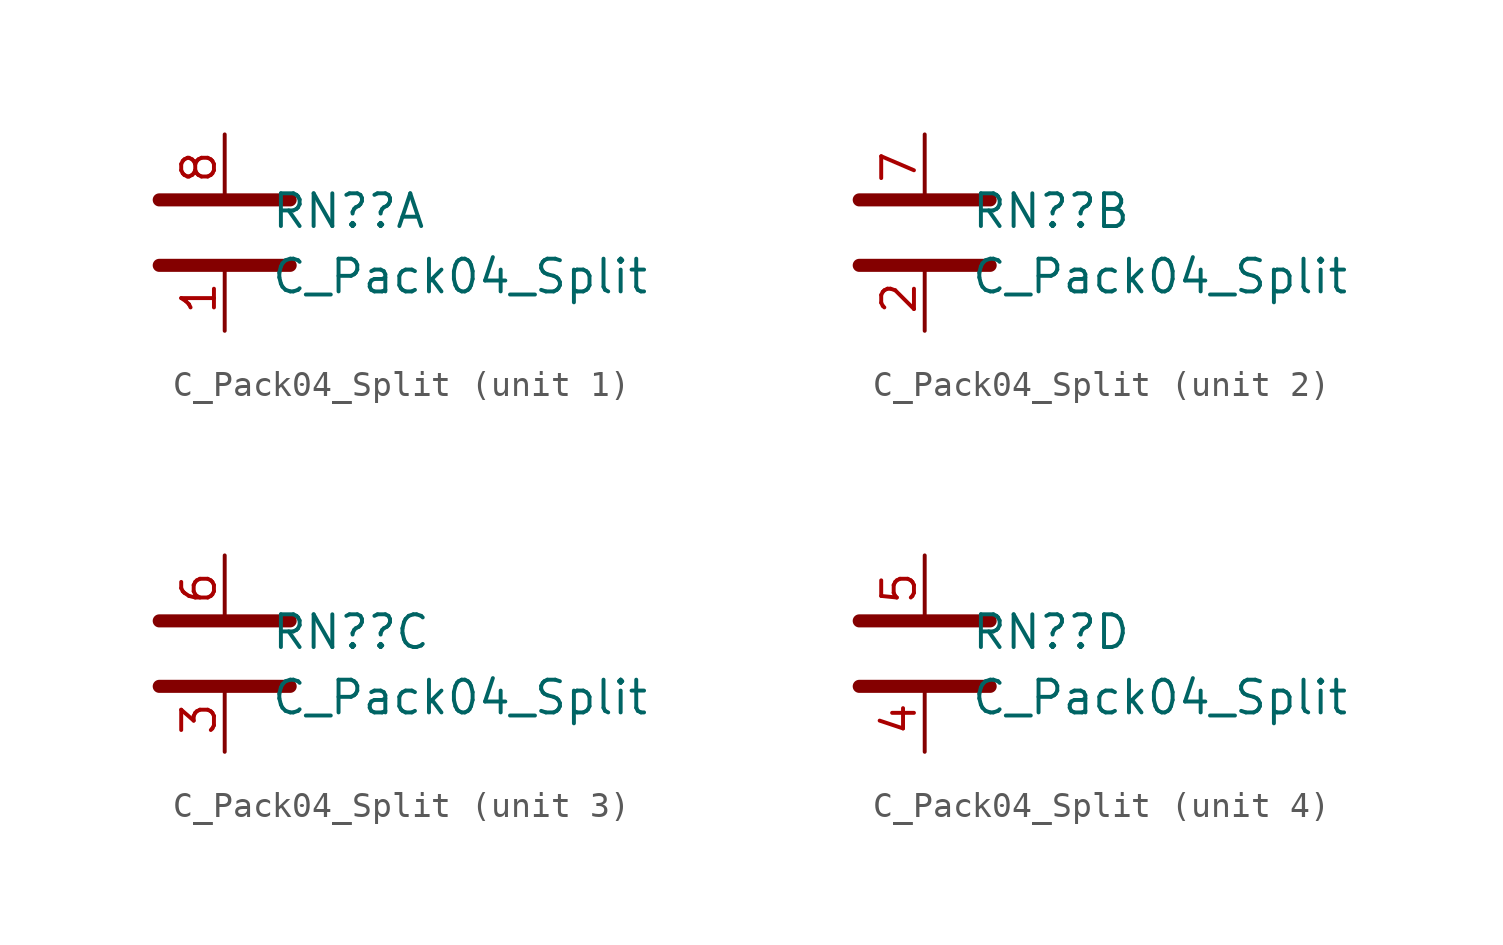
<source format=kicad_sym>
(kicad_symbol_lib
  (version 20211014)
  (generator kicad_symbol_editor)
  (symbol "C_Pack04_Split"
    (pin_names
      (offset 0) hide)
    (property "Reference" "RN?"
      (at 1.778 0.835 0)
      (effects (font (size 1.27 1.27)) (justify left)))
    (property "Value" "C_Pack04_Split"
      (at 1.778 -1.702 0)
      (effects (font (size 1.27 1.27)) (justify left)))
    (symbol "C_Pack04_Split_0_1"
      (polyline (pts (xy -2.54 -1.27) (xy 2.54 -1.27)) (stroke (width 0.508) (type default) (color 0 0 0 0)) (fill (type none)))
      (polyline (pts (xy -2.54 1.27) (xy 2.54 1.27)) (stroke (width 0.508) (type default) (color 0 0 0 0)) (fill (type none))))
    (symbol "C_Pack04_Split_1_1"
      (pin passive line (at 0 -3.81 90) (length 2.54) (name "R1.1" (effects (font (size 1.27 1.27)))) (number "1" (effects (font (size 1.27 1.27)))))
      (pin passive line (at 0 3.81 270) (length 2.54) (name "R1.2" (effects (font (size 1.27 1.27)))) (number "8" (effects (font (size 1.27 1.27))))))
    (symbol "C_Pack04_Split_2_1"
      (pin passive line (at 0 -3.81 90) (length 2.54) (name "R2.1" (effects (font (size 1.27 1.27)))) (number "2" (effects (font (size 1.27 1.27)))))
      (pin passive line (at 0 3.81 270) (length 2.54) (name "R2.2" (effects (font (size 1.27 1.27)))) (number "7" (effects (font (size 1.27 1.27))))))
    (symbol "C_Pack04_Split_3_1"
      (pin passive line (at 0 -3.81 90) (length 2.54) (name "R3.1" (effects (font (size 1.27 1.27)))) (number "3" (effects (font (size 1.27 1.27)))))
      (pin passive line (at 0 3.81 270) (length 2.54) (name "R3.2" (effects (font (size 1.27 1.27)))) (number "6" (effects (font (size 1.27 1.27))))))
    (symbol "C_Pack04_Split_4_1"
      (pin passive line (at 0 -3.81 90) (length 2.54) (name "R4.1" (effects (font (size 1.27 1.27)))) (number "4" (effects (font (size 1.27 1.27)))))
      (pin passive line (at 0 3.81 270) (length 2.54) (name "R4.2" (effects (font (size 1.27 1.27)))) (number "5" (effects (font (size 1.27 1.27))))))))
</source>
